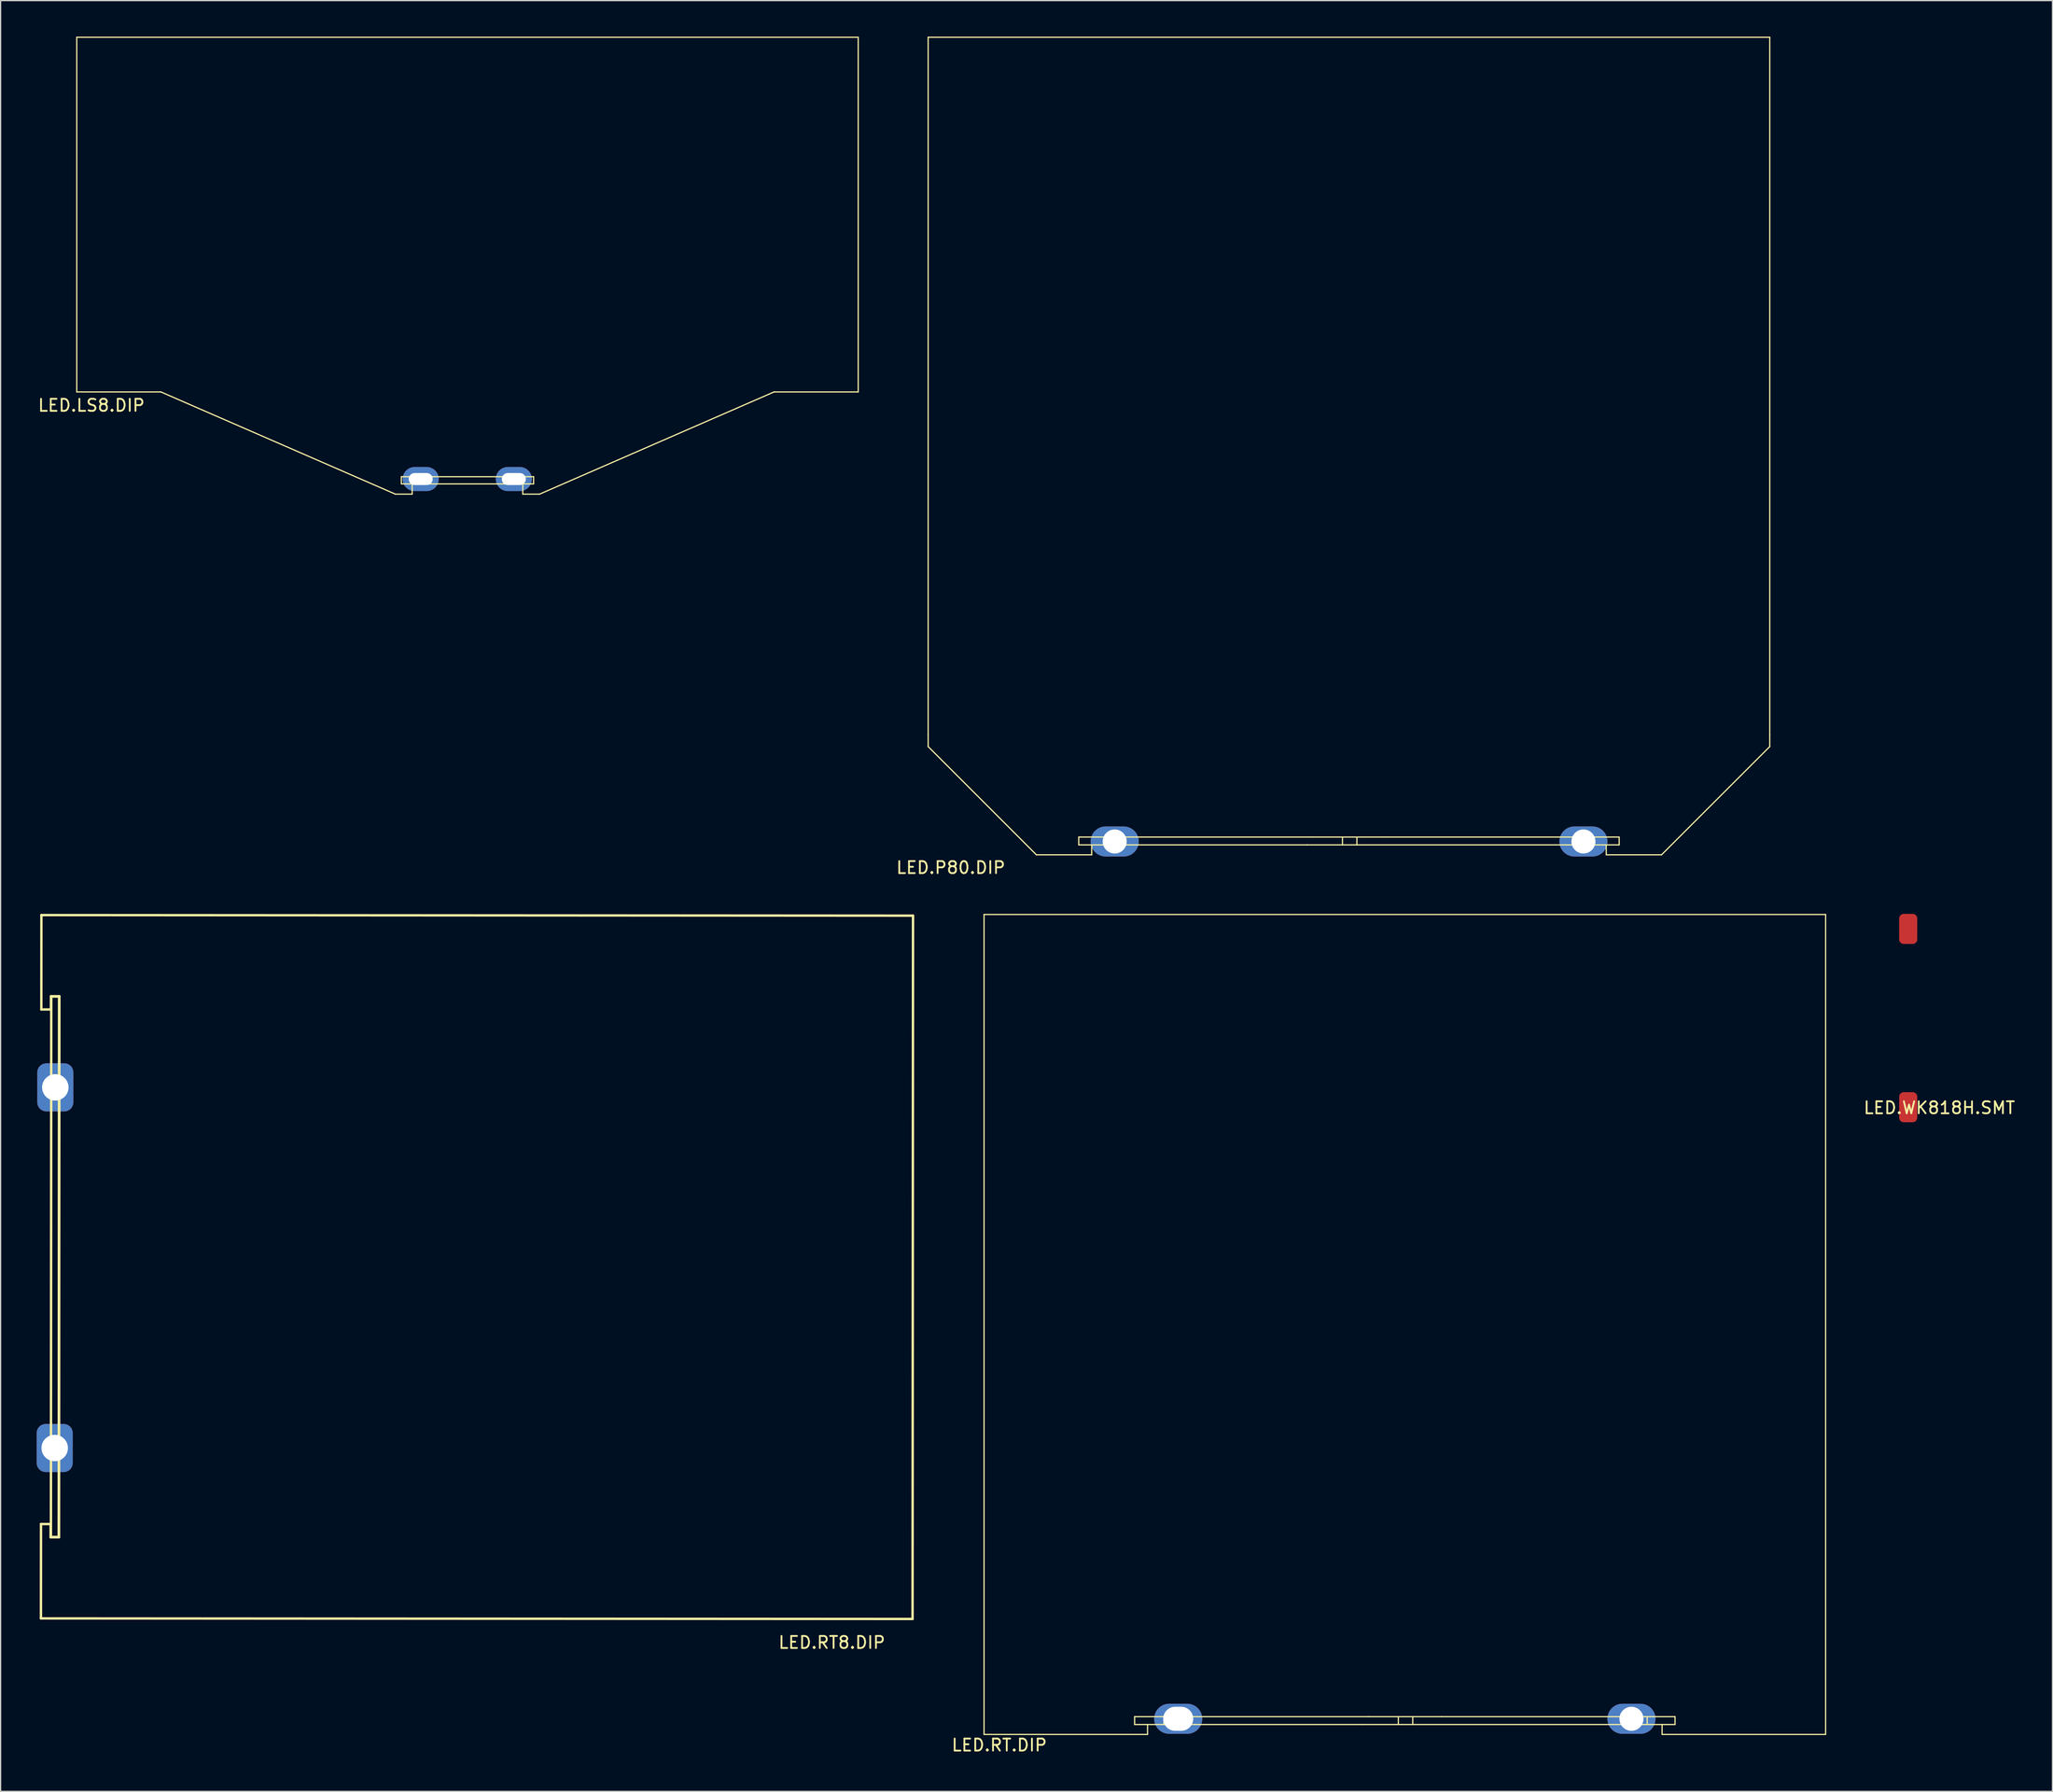
<source format=kicad_pcb>
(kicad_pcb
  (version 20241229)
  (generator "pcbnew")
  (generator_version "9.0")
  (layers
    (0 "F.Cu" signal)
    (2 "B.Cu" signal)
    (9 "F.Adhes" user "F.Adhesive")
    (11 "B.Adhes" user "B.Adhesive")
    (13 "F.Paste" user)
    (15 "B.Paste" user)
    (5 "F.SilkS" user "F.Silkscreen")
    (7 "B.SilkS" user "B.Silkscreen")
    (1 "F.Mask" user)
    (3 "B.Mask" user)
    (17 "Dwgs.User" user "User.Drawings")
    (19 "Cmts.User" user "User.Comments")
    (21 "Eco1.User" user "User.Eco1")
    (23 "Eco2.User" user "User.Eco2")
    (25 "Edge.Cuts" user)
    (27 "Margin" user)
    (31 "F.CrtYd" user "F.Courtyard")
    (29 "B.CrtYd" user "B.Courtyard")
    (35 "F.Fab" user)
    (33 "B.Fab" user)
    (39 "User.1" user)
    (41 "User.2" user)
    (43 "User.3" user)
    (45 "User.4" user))
  (footprint "LED.LS8.DIP"
    (layer "F.Cu")
    (at 33.56 18.755)
    (property "Reference" "LED.LS8.DIP" (at -29.007 11.913 0) (layer "F.SilkS") (effects (font (size 1 1) (thickness 0.15))))
    (attr through_hole)
    (fp_line (start -30.226 -18.705) (end 34.774 -18.705) (stroke (width 0.1) (type solid)) (layer "F.SilkS"))
    (fp_line (start -30.226 10.795) (end -30.226 -18.705) (stroke (width 0.1) (type solid)) (layer "F.SilkS"))
    (fp_line (start -30.226 10.795) (end -23.226 10.795) (stroke (width 0.1) (type solid)) (layer "F.SilkS"))
    (fp_line (start -23.226 10.795) (end -3.726 19.295) (stroke (width 0.1) (type solid)) (layer "F.SilkS"))
    (fp_line (start -3.726 19.295) (end -2.326 19.295) (stroke (width 0.1) (type solid)) (layer "F.SilkS"))
    (fp_line (start -3.226 17.845) (end 7.774 17.845) (stroke (width 0.1) (type solid)) (layer "F.SilkS"))
    (fp_line (start -3.226 18.445) (end -3.226 17.845) (stroke (width 0.1) (type solid)) (layer "F.SilkS"))
    (fp_line (start -3.226 18.445) (end 7.774 18.445) (stroke (width 0.1) (type solid)) (layer "F.SilkS"))
    (fp_line (start -2.326 19.295) (end -2.326 18.495) (stroke (width 0.1) (type solid)) (layer "F.SilkS"))
    (fp_line (start -2.176 18.445) (end -2.176 17.845) (stroke (width 0.1) (type solid)) (layer "F.SilkS"))
    (fp_line (start -0.976 18.445) (end -0.976 17.845) (stroke (width 0.1) (type solid)) (layer "F.SilkS"))
    (fp_line (start 5.524 18.445) (end 5.524 17.845) (stroke (width 0.1) (type solid)) (layer "F.SilkS"))
    (fp_line (start 6.724 18.445) (end 6.724 17.845) (stroke (width 0.1) (type solid)) (layer "F.SilkS"))
    (fp_line (start 6.874 19.295) (end 6.874 18.495) (stroke (width 0.1) (type solid)) (layer "F.SilkS"))
    (fp_line (start 6.874 19.295) (end 8.274 19.295) (stroke (width 0.1) (type solid)) (layer "F.SilkS"))
    (fp_line (start 7.774 18.445) (end 7.774 17.845) (stroke (width 0.1) (type solid)) (layer "F.SilkS"))
    (fp_line (start 8.274 19.295) (end 27.774 10.795) (stroke (width 0.1) (type solid)) (layer "F.SilkS"))
    (fp_line (start 27.774 10.795) (end 34.774 10.795) (stroke (width 0.1) (type solid)) (layer "F.SilkS"))
    (fp_line (start 34.774 10.795) (end 34.774 -18.705) (stroke (width 0.1) (type solid)) (layer "F.SilkS"))
    (fp_arc (start -1.007736 18.445004) (mid -0.975986 18.413254) (end -0.944236 18.445004) (stroke (width 0.1) (type solid)) (layer "F.SilkS"))
    (pad "1" thru_hole oval (at -1.619 18.041) (size 3 2) (drill oval 2 1) (layers "*.Cu" "*.Mask"))
    (pad "2" thru_hole oval (at 6.128 18.041) (size 3 2) (drill oval 2 1) (layers "*.Cu" "*.Mask")))
  (footprint "LED.RT.DIP"
    (layer "F.Cu")
    (at 78.8 141.215)
    (property "Reference" "LED.RT.DIP" (at 1.27 0.889 0) (layer "F.SilkS") (effects (font (size 1 1) (thickness 0.15))))
    (attr through_hole)
    (fp_line (start 0 -68.2) (end 70 -68.2) (stroke (width 0.1) (type solid)) (layer "F.SilkS"))
    (fp_line (start 0 0) (end 0 -68.2) (stroke (width 0.1) (type solid)) (layer "F.SilkS"))
    (fp_line (start 0 0) (end 13.6 0) (stroke (width 0.1) (type solid)) (layer "F.SilkS"))
    (fp_line (start 12.525 -1.475) (end 31.986 -1.475) (stroke (width 0.1) (type solid)) (layer "F.SilkS"))
    (fp_line (start 12.525 -0.825) (end 12.525 -1.475) (stroke (width 0.1) (type solid)) (layer "F.SilkS"))
    (fp_line (start 12.525 -0.825) (end 31.524 -0.825) (stroke (width 0.1) (type solid)) (layer "F.SilkS"))
    (fp_line (start 13.6 0) (end 13.6 -0.8) (stroke (width 0.1) (type solid)) (layer "F.SilkS"))
    (fp_line (start 14.96 -1.461) (end 16.16 -1.461) (stroke (width 0.1) (type solid)) (layer "F.SilkS"))
    (fp_line (start 14.96 -0.825) (end 14.96 -1.461) (stroke (width 0.1) (type solid)) (layer "F.SilkS"))
    (fp_line (start 16.16 -0.825) (end 16.16 -1.461) (stroke (width 0.1) (type solid)) (layer "F.SilkS"))
    (fp_line (start 31.524 -0.825) (end 57.475 -0.825) (stroke (width 0.1) (type solid)) (layer "F.SilkS"))
    (fp_line (start 31.986 -1.475) (end 38.014 -1.475) (stroke (width 0.1) (type solid)) (layer "F.SilkS"))
    (fp_line (start 34.46 -0.825) (end 34.46 -1.461) (stroke (width 0.1) (type solid)) (layer "F.SilkS"))
    (fp_line (start 35.66 -0.825) (end 35.66 -1.461) (stroke (width 0.1) (type solid)) (layer "F.SilkS"))
    (fp_line (start 38.014 -1.475) (end 57.475 -1.475) (stroke (width 0.1) (type solid)) (layer "F.SilkS"))
    (fp_line (start 53.96 -0.825) (end 53.96 -1.461) (stroke (width 0.1) (type solid)) (layer "F.SilkS"))
    (fp_line (start 55.16 -0.825) (end 55.16 -1.461) (stroke (width 0.1) (type solid)) (layer "F.SilkS"))
    (fp_line (start 56.4 0) (end 56.4 -0.8) (stroke (width 0.1) (type solid)) (layer "F.SilkS"))
    (fp_line (start 56.4 0) (end 70 0) (stroke (width 0.1) (type solid)) (layer "F.SilkS"))
    (fp_line (start 57.475 -0.825) (end 57.475 -1.475) (stroke (width 0.1) (type solid)) (layer "F.SilkS"))
    (fp_line (start 70 0) (end 70 -68.2) (stroke (width 0.1) (type solid)) (layer "F.SilkS"))
    (pad "1" thru_hole oval (at 16.15 -1.3) (size 4 2.5) (drill oval 2.5 2) (layers "*.Cu" "*.Mask"))
    (pad "2" thru_hole oval (at 53.85 -1.3) (size 4 2.5) (drill 2) (layers "*.Cu" "*.Mask")))
  (footprint "LED.RT8.DIP"
    (layer "F.Cu")
    (at 37.111 103.066)
    (property "Reference" "LED.RT8.DIP" (at 29.032 30.505 0) (layer "F.SilkS") (effects (font (size 1 1) (thickness 0.15))))
    (attr through_hole)
    (fp_line (start -36.756 28.499) (end 35.744 28.546) (stroke (width 0.2) (type solid)) (layer "F.SilkS"))
    (fp_line (start -36.751 20.649) (end -36.756 28.499) (stroke (width 0.2) (type solid)) (layer "F.SilkS"))
    (fp_line (start -36.751 20.649) (end -35.951 20.65) (stroke (width 0.2) (type solid)) (layer "F.SilkS"))
    (fp_line (start -36.723 -22.151) (end -36.718 -30.001) (stroke (width 0.2) (type solid)) (layer "F.SilkS"))
    (fp_line (start -35.951 21.75) (end -35.251 21.75) (stroke (width 0.2) (type solid)) (layer "F.SilkS"))
    (fp_line (start -35.951 20.65) (end -35.951 21.75) (stroke (width 0.2) (type solid)) (layer "F.SilkS"))
    (fp_line (start -35.926 21.725) (end -35.276 21.725) (stroke (width 0.2) (type solid)) (layer "F.SilkS"))
    (fp_line (start -35.923 -22.15) (end -36.723 -22.151) (stroke (width 0.2) (type solid)) (layer "F.SilkS"))
    (fp_line (start -35.922 -23.25) (end -35.923 -22.15) (stroke (width 0.2) (type solid)) (layer "F.SilkS"))
    (fp_line (start -35.898 -23.225) (end -35.926 21.725) (stroke (width 0.2) (type solid)) (layer "F.SilkS"))
    (fp_line (start -35.891 -16.352) (end -35.241 -16.352) (stroke (width 0.2) (type solid)) (layer "F.SilkS"))
    (fp_line (start -35.891 -15.152) (end -35.891 -16.352) (stroke (width 0.2) (type solid)) (layer "F.SilkS"))
    (fp_line (start -35.891 -15.152) (end -35.241 -15.152) (stroke (width 0.2) (type solid)) (layer "F.SilkS"))
    (fp_line (start -35.891 13.648) (end -35.241 13.648) (stroke (width 0.2) (type solid)) (layer "F.SilkS"))
    (fp_line (start -35.891 14.848) (end -35.891 13.648) (stroke (width 0.2) (type solid)) (layer "F.SilkS"))
    (fp_line (start -35.891 14.848) (end -35.241 14.848) (stroke (width 0.2) (type solid)) (layer "F.SilkS"))
    (fp_line (start -35.276 21.725) (end -35.248 -23.225) (stroke (width 0.2) (type solid)) (layer "F.SilkS"))
    (fp_line (start -35.251 21.75) (end -35.222 -23.25) (stroke (width 0.2) (type solid)) (layer "F.SilkS"))
    (fp_line (start -35.248 -23.225) (end -35.898 -23.225) (stroke (width 0.2) (type solid)) (layer "F.SilkS"))
    (fp_line (start -35.241 -15.152) (end -35.241 -16.352) (stroke (width 0.2) (type solid)) (layer "F.SilkS"))
    (fp_line (start -35.241 14.848) (end -35.241 13.648) (stroke (width 0.2) (type solid)) (layer "F.SilkS"))
    (fp_line (start -35.222 -23.25) (end -35.922 -23.25) (stroke (width 0.2) (type solid)) (layer "F.SilkS"))
    (fp_line (start 35.744 28.546) (end 35.782 -29.954) (stroke (width 0.2) (type solid)) (layer "F.SilkS"))
    (fp_line (start 35.782 -29.954) (end -36.718 -30.001) (stroke (width 0.2) (type solid)) (layer "F.SilkS"))
    (pad "1" thru_hole roundrect (at -35.56 -15.672) (size 3 4) (drill 2.2) (layers "*.Cu" "*.Mask") (roundrect_rratio 0.25))
    (pad "2" thru_hole roundrect (at -35.611 14.326) (size 3 4) (drill 2.2) (layers "*.Cu" "*.Mask") (roundrect_rratio 0.25)))
  (footprint "LED.WK818H.SMT"
    (layer "F.Cu")
    (at 155.67 81.044)
    (property "Reference" "LED.WK818H.SMT" (at 2.591 8.052 0) (layer "F.SilkS") (effects (font (size 1 1) (thickness 0.15))))
    (attr through_hole)
    (pad "1" smd roundrect (at 0 8.001) (size 1.5 2.5) (layers "F.Cu" "F.Mask" "F.Paste") (roundrect_rratio 0.25))
    (pad "2" smd roundrect (at 0 -6.829) (size 1.5 2.5) (layers "F.Cu" "F.Mask" "F.Paste") (roundrect_rratio 0.25)))
  (footprint "LED.P80.DIP"
    (layer "F.Cu")
    (at 107.936 33.252)
    (property "Reference" "LED.P80.DIP" (at -31.902 35.865 0) (layer "F.SilkS") (effects (font (size 1 1) (thickness 0.15))))
    (attr through_hole)
    (fp_line (start -33.782 -33.202) (end 36.218 -33.202) (stroke (width 0.1) (type solid)) (layer "F.SilkS"))
    (fp_line (start -33.782 24.798) (end -33.782 -33.202) (stroke (width 0.1) (type solid)) (layer "F.SilkS"))
    (fp_line (start -33.782 25.798) (end -33.782 24.798) (stroke (width 0.1) (type solid)) (layer "F.SilkS"))
    (fp_line (start -33.782 25.798) (end -24.782 34.798) (stroke (width 0.1) (type solid)) (layer "F.SilkS"))
    (fp_line (start -24.782 34.798) (end -20.182 34.798) (stroke (width 0.1) (type solid)) (layer "F.SilkS"))
    (fp_line (start -21.257 33.323) (end -1.796 33.323) (stroke (width 0.1) (type solid)) (layer "F.SilkS"))
    (fp_line (start -21.257 33.973) (end -21.257 33.323) (stroke (width 0.1) (type solid)) (layer "F.SilkS"))
    (fp_line (start -21.257 33.973) (end -2.258 33.973) (stroke (width 0.1) (type solid)) (layer "F.SilkS"))
    (fp_line (start -20.182 34.798) (end -20.182 33.998) (stroke (width 0.1) (type solid)) (layer "F.SilkS"))
    (fp_line (start -18.822 33.337) (end -17.622 33.337) (stroke (width 0.1) (type solid)) (layer "F.SilkS"))
    (fp_line (start -18.822 33.973) (end -18.822 33.337) (stroke (width 0.1) (type solid)) (layer "F.SilkS"))
    (fp_line (start -17.622 33.973) (end -17.622 33.337) (stroke (width 0.1) (type solid)) (layer "F.SilkS"))
    (fp_line (start -2.258 33.973) (end 23.693 33.973) (stroke (width 0.1) (type solid)) (layer "F.SilkS"))
    (fp_line (start -1.796 33.323) (end 4.232 33.323) (stroke (width 0.1) (type solid)) (layer "F.SilkS"))
    (fp_line (start 0.678 33.973) (end 0.678 33.337) (stroke (width 0.1) (type solid)) (layer "F.SilkS"))
    (fp_line (start 1.878 33.973) (end 1.878 33.337) (stroke (width 0.1) (type solid)) (layer "F.SilkS"))
    (fp_line (start 4.232 33.323) (end 23.693 33.323) (stroke (width 0.1) (type solid)) (layer "F.SilkS"))
    (fp_line (start 20.178 33.973) (end 20.178 33.337) (stroke (width 0.1) (type solid)) (layer "F.SilkS"))
    (fp_line (start 21.378 33.973) (end 21.378 33.337) (stroke (width 0.1) (type solid)) (layer "F.SilkS"))
    (fp_line (start 22.618 34.798) (end 22.618 33.998) (stroke (width 0.1) (type solid)) (layer "F.SilkS"))
    (fp_line (start 22.618 34.798) (end 27.218 34.798) (stroke (width 0.1) (type solid)) (layer "F.SilkS"))
    (fp_line (start 23.693 33.973) (end 23.693 33.323) (stroke (width 0.1) (type solid)) (layer "F.SilkS"))
    (fp_line (start 27.218 34.798) (end 36.218 25.798) (stroke (width 0.1) (type solid)) (layer "F.SilkS"))
    (fp_line (start 36.218 24.798) (end 36.218 -33.202) (stroke (width 0.1) (type solid)) (layer "F.SilkS"))
    (fp_line (start 36.218 25.798) (end 36.218 24.798) (stroke (width 0.1) (type solid)) (layer "F.SilkS"))
    (pad "1" thru_hole oval (at -18.268 33.69) (size 4 2.5) (drill 2) (layers "*.Cu" "*.Mask"))
    (pad "2" thru_hole oval (at 20.721 33.69) (size 4 2.5) (drill 2) (layers "*.Cu" "*.Mask")))
  (gr_rect
    (start -3 -3)
    (end 167.671 145.952)
    (stroke (width 0.1) (type default))
    (fill no)
    (layer "Edge.Cuts")))
</source>
